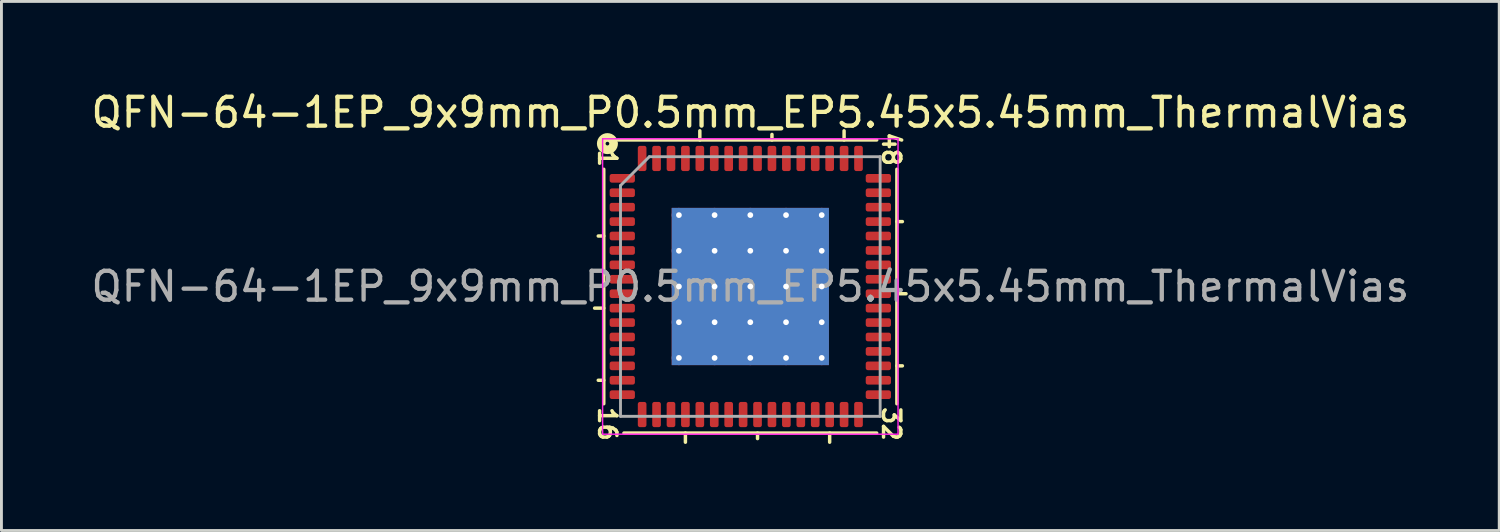
<source format=kicad_pcb>
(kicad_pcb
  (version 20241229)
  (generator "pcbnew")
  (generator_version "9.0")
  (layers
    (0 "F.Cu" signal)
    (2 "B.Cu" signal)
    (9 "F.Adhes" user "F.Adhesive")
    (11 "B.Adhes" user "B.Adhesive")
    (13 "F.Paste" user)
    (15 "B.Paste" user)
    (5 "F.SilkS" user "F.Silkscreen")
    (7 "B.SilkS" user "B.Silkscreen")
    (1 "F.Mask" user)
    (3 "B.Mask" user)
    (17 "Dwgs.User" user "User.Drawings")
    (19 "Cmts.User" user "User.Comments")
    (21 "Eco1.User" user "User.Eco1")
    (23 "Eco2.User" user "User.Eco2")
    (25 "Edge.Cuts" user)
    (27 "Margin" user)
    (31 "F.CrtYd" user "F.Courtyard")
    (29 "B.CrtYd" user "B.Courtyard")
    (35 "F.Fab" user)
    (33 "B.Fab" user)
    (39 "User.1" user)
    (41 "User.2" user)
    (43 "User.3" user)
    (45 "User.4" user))
  (footprint "QFN-64-1EP_9x9mm_P0.5mm_EP5.45x5.45mm_ThermalVias"
    (layer "F.Cu")
    (at 22.958 6.881)
    (property "Reference" "QFN-64-1EP_9x9mm_P0.5mm_EP5.45x5.45mm_ThermalVias" (at 0 -6.032 0) (layer "F.SilkS") (effects (font (size 1 1) (thickness 0.15))))
    (attr smd)
    (fp_line (start -5.08 -4.064) (end -5.08 4.064) (stroke (width 0.12) (type solid)) (layer "F.SilkS"))
    (fp_line (start -5.08 -1.75) (end -5.271 -1.75) (stroke (width 0.12) (type solid)) (layer "F.SilkS"))
    (fp_line (start -5.08 0.75) (end -5.397 0.75) (stroke (width 0.12) (type solid)) (layer "F.SilkS"))
    (fp_line (start -5.08 3.25) (end -5.271 3.25) (stroke (width 0.12) (type solid)) (layer "F.SilkS"))
    (fp_line (start -4.381 5.08) (end 4.381 5.08) (stroke (width 0.12) (type solid)) (layer "F.SilkS"))
    (fp_line (start -2.25 5.08) (end -2.25 5.397) (stroke (width 0.12) (type solid)) (layer "F.SilkS"))
    (fp_line (start -1.75 -5.08) (end -1.75 -5.397) (stroke (width 0.12) (type solid)) (layer "F.SilkS"))
    (fp_line (start 0.25 5.08) (end 0.25 5.271) (stroke (width 0.12) (type solid)) (layer "F.SilkS"))
    (fp_line (start 0.75 -5.08) (end 0.75 -5.271) (stroke (width 0.12) (type solid)) (layer "F.SilkS"))
    (fp_line (start 2.75 5.08) (end 2.75 5.397) (stroke (width 0.12) (type solid)) (layer "F.SilkS"))
    (fp_line (start 3.25 -5.08) (end 3.25 -5.397) (stroke (width 0.12) (type solid)) (layer "F.SilkS"))
    (fp_line (start 4.381 -5.08) (end -4.572 -5.08) (stroke (width 0.12) (type solid)) (layer "F.SilkS"))
    (fp_line (start 5.08 -2.25) (end 5.271 -2.25) (stroke (width 0.12) (type solid)) (layer "F.SilkS"))
    (fp_line (start 5.08 0.25) (end 5.397 0.25) (stroke (width 0.12) (type solid)) (layer "F.SilkS"))
    (fp_line (start 5.08 2.75) (end 5.271 2.75) (stroke (width 0.12) (type solid)) (layer "F.SilkS"))
    (fp_line (start 5.08 4.064) (end 5.08 -4.064) (stroke (width 0.12) (type solid)) (layer "F.SilkS"))
    (fp_circle (center -4.953 -4.953) (end -4.889 -4.953) (stroke (width 0.3) (type solid)) (fill no) (layer "F.SilkS"))
    (fp_line (start -5.12 -5.12) (end -5.12 5.12) (stroke (width 0.05) (type solid)) (layer "F.CrtYd"))
    (fp_line (start -5.12 5.12) (end 5.12 5.12) (stroke (width 0.05) (type solid)) (layer "F.CrtYd"))
    (fp_line (start 5.12 -5.12) (end -5.12 -5.12) (stroke (width 0.05) (type solid)) (layer "F.CrtYd"))
    (fp_line (start 5.12 5.12) (end 5.12 -5.12) (stroke (width 0.05) (type solid)) (layer "F.CrtYd"))
    (fp_line (start -4.5 -3.5) (end -3.5 -4.5) (stroke (width 0.1) (type solid)) (layer "F.Fab"))
    (fp_line (start -4.5 4.5) (end -4.5 -3.5) (stroke (width 0.1) (type solid)) (layer "F.Fab"))
    (fp_line (start -3.5 -4.5) (end 4.5 -4.5) (stroke (width 0.1) (type solid)) (layer "F.Fab"))
    (fp_line (start 4.5 -4.5) (end 4.5 4.5) (stroke (width 0.1) (type solid)) (layer "F.Fab"))
    (fp_line (start 4.5 4.5) (end -4.5 4.5) (stroke (width 0.1) (type solid)) (layer "F.Fab"))
    (fp_text user "48" (at 4.889 -4.763 270) (unlocked yes) (layer "F.SilkS") (effects (font (size 0.6 0.6) (thickness 0.12))))
    (fp_text user "32" (at 4.889 4.763 270) (unlocked yes) (layer "F.SilkS") (effects (font (size 0.6 0.6) (thickness 0.12))))
    (fp_text user "16" (at -4.953 4.763 270) (unlocked yes) (layer "F.SilkS") (effects (font (size 0.6 0.6) (thickness 0.12))))
    (fp_text user "1" (at -4.953 -4.445 270) (unlocked yes) (layer "F.SilkS") (effects (font (size 0.6 0.6) (thickness 0.12))))
    (fp_text user "${REFERENCE}" (at 0 0 0) (layer "F.Fab") (effects (font (size 1 1) (thickness 0.15))))
    (pad "" smd roundrect (at -1.856 -1.856) (size 1.055 1.055) (layers "F.Paste") (roundrect_rratio 0.237))
    (pad "" smd roundrect (at -1.856 -0.619) (size 1.055 1.055) (layers "F.Paste") (roundrect_rratio 0.237))
    (pad "" smd roundrect (at -1.856 0.619) (size 1.055 1.055) (layers "F.Paste") (roundrect_rratio 0.237))
    (pad "" smd roundrect (at -1.856 1.856) (size 1.055 1.055) (layers "F.Paste") (roundrect_rratio 0.237))
    (pad "" smd roundrect (at -0.619 -1.856) (size 1.055 1.055) (layers "F.Paste") (roundrect_rratio 0.237))
    (pad "" smd roundrect (at -0.619 -0.619) (size 1.055 1.055) (layers "F.Paste") (roundrect_rratio 0.237))
    (pad "" smd roundrect (at -0.619 0.619) (size 1.055 1.055) (layers "F.Paste") (roundrect_rratio 0.237))
    (pad "" smd roundrect (at -0.619 1.856) (size 1.055 1.055) (layers "F.Paste") (roundrect_rratio 0.237))
    (pad "" smd roundrect (at 0.619 -1.856) (size 1.055 1.055) (layers "F.Paste") (roundrect_rratio 0.237))
    (pad "" smd roundrect (at 0.619 -0.619) (size 1.055 1.055) (layers "F.Paste") (roundrect_rratio 0.237))
    (pad "" smd roundrect (at 0.619 0.619) (size 1.055 1.055) (layers "F.Paste") (roundrect_rratio 0.237))
    (pad "" smd roundrect (at 0.619 1.856) (size 1.055 1.055) (layers "F.Paste") (roundrect_rratio 0.237))
    (pad "" smd roundrect (at 1.856 -1.856) (size 1.055 1.055) (layers "F.Paste") (roundrect_rratio 0.237))
    (pad "" smd roundrect (at 1.856 -0.619) (size 1.055 1.055) (layers "F.Paste") (roundrect_rratio 0.237))
    (pad "" smd roundrect (at 1.856 0.619) (size 1.055 1.055) (layers "F.Paste") (roundrect_rratio 0.237))
    (pad "" smd roundrect (at 1.856 1.856) (size 1.055 1.055) (layers "F.Paste") (roundrect_rratio 0.237))
    (pad "1" smd roundrect (at -4.438 -3.75) (size 0.875 0.3) (layers "F.Cu" "F.Mask" "F.Paste") (roundrect_rratio 0.25))
    (pad "2" smd roundrect (at -4.438 -3.25) (size 0.875 0.3) (layers "F.Cu" "F.Mask" "F.Paste") (roundrect_rratio 0.25))
    (pad "3" smd roundrect (at -4.438 -2.75) (size 0.875 0.3) (layers "F.Cu" "F.Mask" "F.Paste") (roundrect_rratio 0.25))
    (pad "4" smd roundrect (at -4.438 -2.25) (size 0.875 0.3) (layers "F.Cu" "F.Mask" "F.Paste") (roundrect_rratio 0.25))
    (pad "5" smd roundrect (at -4.438 -1.75) (size 0.875 0.3) (layers "F.Cu" "F.Mask" "F.Paste") (roundrect_rratio 0.25))
    (pad "6" smd roundrect (at -4.438 -1.25) (size 0.875 0.3) (layers "F.Cu" "F.Mask" "F.Paste") (roundrect_rratio 0.25))
    (pad "7" smd roundrect (at -4.438 -0.75) (size 0.875 0.3) (layers "F.Cu" "F.Mask" "F.Paste") (roundrect_rratio 0.25))
    (pad "8" smd roundrect (at -4.438 -0.25) (size 0.875 0.3) (layers "F.Cu" "F.Mask" "F.Paste") (roundrect_rratio 0.25))
    (pad "9" smd roundrect (at -4.438 0.25) (size 0.875 0.3) (layers "F.Cu" "F.Mask" "F.Paste") (roundrect_rratio 0.25))
    (pad "10" smd roundrect (at -4.438 0.75) (size 0.875 0.3) (layers "F.Cu" "F.Mask" "F.Paste") (roundrect_rratio 0.25))
    (pad "11" smd roundrect (at -4.438 1.25) (size 0.875 0.3) (layers "F.Cu" "F.Mask" "F.Paste") (roundrect_rratio 0.25))
    (pad "12" smd roundrect (at -4.438 1.75) (size 0.875 0.3) (layers "F.Cu" "F.Mask" "F.Paste") (roundrect_rratio 0.25))
    (pad "13" smd roundrect (at -4.438 2.25) (size 0.875 0.3) (layers "F.Cu" "F.Mask" "F.Paste") (roundrect_rratio 0.25))
    (pad "14" smd roundrect (at -4.438 2.75) (size 0.875 0.3) (layers "F.Cu" "F.Mask" "F.Paste") (roundrect_rratio 0.25))
    (pad "15" smd roundrect (at -4.438 3.25) (size 0.875 0.3) (layers "F.Cu" "F.Mask" "F.Paste") (roundrect_rratio 0.25))
    (pad "16" smd roundrect (at -4.438 3.75) (size 0.875 0.3) (layers "F.Cu" "F.Mask" "F.Paste") (roundrect_rratio 0.25))
    (pad "17" smd roundrect (at -3.75 4.438) (size 0.3 0.875) (layers "F.Cu" "F.Mask" "F.Paste") (roundrect_rratio 0.25))
    (pad "18" smd roundrect (at -3.25 4.438) (size 0.3 0.875) (layers "F.Cu" "F.Mask" "F.Paste") (roundrect_rratio 0.25))
    (pad "19" smd roundrect (at -2.75 4.438) (size 0.3 0.875) (layers "F.Cu" "F.Mask" "F.Paste") (roundrect_rratio 0.25))
    (pad "20" smd roundrect (at -2.25 4.438) (size 0.3 0.875) (layers "F.Cu" "F.Mask" "F.Paste") (roundrect_rratio 0.25))
    (pad "21" smd roundrect (at -1.75 4.438) (size 0.3 0.875) (layers "F.Cu" "F.Mask" "F.Paste") (roundrect_rratio 0.25))
    (pad "22" smd roundrect (at -1.25 4.438) (size 0.3 0.875) (layers "F.Cu" "F.Mask" "F.Paste") (roundrect_rratio 0.25))
    (pad "23" smd roundrect (at -0.75 4.438) (size 0.3 0.875) (layers "F.Cu" "F.Mask" "F.Paste") (roundrect_rratio 0.25))
    (pad "24" smd roundrect (at -0.25 4.438) (size 0.3 0.875) (layers "F.Cu" "F.Mask" "F.Paste") (roundrect_rratio 0.25))
    (pad "25" smd roundrect (at 0.25 4.438) (size 0.3 0.875) (layers "F.Cu" "F.Mask" "F.Paste") (roundrect_rratio 0.25))
    (pad "26" smd roundrect (at 0.75 4.438) (size 0.3 0.875) (layers "F.Cu" "F.Mask" "F.Paste") (roundrect_rratio 0.25))
    (pad "27" smd roundrect (at 1.25 4.438) (size 0.3 0.875) (layers "F.Cu" "F.Mask" "F.Paste") (roundrect_rratio 0.25))
    (pad "28" smd roundrect (at 1.75 4.438) (size 0.3 0.875) (layers "F.Cu" "F.Mask" "F.Paste") (roundrect_rratio 0.25))
    (pad "29" smd roundrect (at 2.25 4.438) (size 0.3 0.875) (layers "F.Cu" "F.Mask" "F.Paste") (roundrect_rratio 0.25))
    (pad "30" smd roundrect (at 2.75 4.438) (size 0.3 0.875) (layers "F.Cu" "F.Mask" "F.Paste") (roundrect_rratio 0.25))
    (pad "31" smd roundrect (at 3.25 4.438) (size 0.3 0.875) (layers "F.Cu" "F.Mask" "F.Paste") (roundrect_rratio 0.25))
    (pad "32" smd roundrect (at 3.75 4.438) (size 0.3 0.875) (layers "F.Cu" "F.Mask" "F.Paste") (roundrect_rratio 0.25))
    (pad "33" smd roundrect (at 4.438 3.75) (size 0.875 0.3) (layers "F.Cu" "F.Mask" "F.Paste") (roundrect_rratio 0.25))
    (pad "34" smd roundrect (at 4.438 3.25) (size 0.875 0.3) (layers "F.Cu" "F.Mask" "F.Paste") (roundrect_rratio 0.25))
    (pad "35" smd roundrect (at 4.438 2.75) (size 0.875 0.3) (layers "F.Cu" "F.Mask" "F.Paste") (roundrect_rratio 0.25))
    (pad "36" smd roundrect (at 4.438 2.25) (size 0.875 0.3) (layers "F.Cu" "F.Mask" "F.Paste") (roundrect_rratio 0.25))
    (pad "37" smd roundrect (at 4.438 1.75) (size 0.875 0.3) (layers "F.Cu" "F.Mask" "F.Paste") (roundrect_rratio 0.25))
    (pad "38" smd roundrect (at 4.438 1.25) (size 0.875 0.3) (layers "F.Cu" "F.Mask" "F.Paste") (roundrect_rratio 0.25))
    (pad "39" smd roundrect (at 4.438 0.75) (size 0.875 0.3) (layers "F.Cu" "F.Mask" "F.Paste") (roundrect_rratio 0.25))
    (pad "40" smd roundrect (at 4.438 0.25) (size 0.875 0.3) (layers "F.Cu" "F.Mask" "F.Paste") (roundrect_rratio 0.25))
    (pad "41" smd roundrect (at 4.438 -0.25) (size 0.875 0.3) (layers "F.Cu" "F.Mask" "F.Paste") (roundrect_rratio 0.25))
    (pad "42" smd roundrect (at 4.438 -0.75) (size 0.875 0.3) (layers "F.Cu" "F.Mask" "F.Paste") (roundrect_rratio 0.25))
    (pad "43" smd roundrect (at 4.438 -1.25) (size 0.875 0.3) (layers "F.Cu" "F.Mask" "F.Paste") (roundrect_rratio 0.25))
    (pad "44" smd roundrect (at 4.438 -1.75) (size 0.875 0.3) (layers "F.Cu" "F.Mask" "F.Paste") (roundrect_rratio 0.25))
    (pad "45" smd roundrect (at 4.438 -2.25) (size 0.875 0.3) (layers "F.Cu" "F.Mask" "F.Paste") (roundrect_rratio 0.25))
    (pad "46" smd roundrect (at 4.438 -2.75) (size 0.875 0.3) (layers "F.Cu" "F.Mask" "F.Paste") (roundrect_rratio 0.25))
    (pad "47" smd roundrect (at 4.438 -3.25) (size 0.875 0.3) (layers "F.Cu" "F.Mask" "F.Paste") (roundrect_rratio 0.25))
    (pad "48" smd roundrect (at 4.438 -3.75) (size 0.875 0.3) (layers "F.Cu" "F.Mask" "F.Paste") (roundrect_rratio 0.25))
    (pad "49" smd roundrect (at 3.75 -4.438) (size 0.3 0.875) (layers "F.Cu" "F.Mask" "F.Paste") (roundrect_rratio 0.25))
    (pad "50" smd roundrect (at 3.25 -4.438) (size 0.3 0.875) (layers "F.Cu" "F.Mask" "F.Paste") (roundrect_rratio 0.25))
    (pad "51" smd roundrect (at 2.75 -4.438) (size 0.3 0.875) (layers "F.Cu" "F.Mask" "F.Paste") (roundrect_rratio 0.25))
    (pad "52" smd roundrect (at 2.25 -4.438) (size 0.3 0.875) (layers "F.Cu" "F.Mask" "F.Paste") (roundrect_rratio 0.25))
    (pad "53" smd roundrect (at 1.75 -4.438) (size 0.3 0.875) (layers "F.Cu" "F.Mask" "F.Paste") (roundrect_rratio 0.25))
    (pad "54" smd roundrect (at 1.25 -4.438) (size 0.3 0.875) (layers "F.Cu" "F.Mask" "F.Paste") (roundrect_rratio 0.25))
    (pad "55" smd roundrect (at 0.75 -4.438) (size 0.3 0.875) (layers "F.Cu" "F.Mask" "F.Paste") (roundrect_rratio 0.25))
    (pad "56" smd roundrect (at 0.25 -4.438) (size 0.3 0.875) (layers "F.Cu" "F.Mask" "F.Paste") (roundrect_rratio 0.25))
    (pad "57" smd roundrect (at -0.25 -4.438) (size 0.3 0.875) (layers "F.Cu" "F.Mask" "F.Paste") (roundrect_rratio 0.25))
    (pad "58" smd roundrect (at -0.75 -4.438) (size 0.3 0.875) (layers "F.Cu" "F.Mask" "F.Paste") (roundrect_rratio 0.25))
    (pad "59" smd roundrect (at -1.25 -4.438) (size 0.3 0.875) (layers "F.Cu" "F.Mask" "F.Paste") (roundrect_rratio 0.25))
    (pad "60" smd roundrect (at -1.75 -4.438) (size 0.3 0.875) (layers "F.Cu" "F.Mask" "F.Paste") (roundrect_rratio 0.25))
    (pad "61" smd roundrect (at -2.25 -4.438) (size 0.3 0.875) (layers "F.Cu" "F.Mask" "F.Paste") (roundrect_rratio 0.25))
    (pad "62" smd roundrect (at -2.75 -4.438) (size 0.3 0.875) (layers "F.Cu" "F.Mask" "F.Paste") (roundrect_rratio 0.25))
    (pad "63" smd roundrect (at -3.25 -4.438) (size 0.3 0.875) (layers "F.Cu" "F.Mask" "F.Paste") (roundrect_rratio 0.25))
    (pad "64" smd roundrect (at -3.75 -4.438) (size 0.3 0.875) (layers "F.Cu" "F.Mask" "F.Paste") (roundrect_rratio 0.25))
    (pad "65" thru_hole circle (at -2.475 -2.475) (size 0.5 0.5) (drill 0.2) (layers "*.Cu"))
    (pad "65" thru_hole circle (at -2.475 -1.238) (size 0.5 0.5) (drill 0.2) (layers "*.Cu"))
    (pad "65" thru_hole circle (at -2.475 0) (size 0.5 0.5) (drill 0.2) (layers "*.Cu"))
    (pad "65" thru_hole circle (at -2.475 1.238) (size 0.5 0.5) (drill 0.2) (layers "*.Cu"))
    (pad "65" thru_hole circle (at -2.475 2.475) (size 0.5 0.5) (drill 0.2) (layers "*.Cu"))
    (pad "65" thru_hole circle (at -1.238 -2.475) (size 0.5 0.5) (drill 0.2) (layers "*.Cu"))
    (pad "65" thru_hole circle (at -1.238 -1.238) (size 0.5 0.5) (drill 0.2) (layers "*.Cu"))
    (pad "65" thru_hole circle (at -1.238 0) (size 0.5 0.5) (drill 0.2) (layers "*.Cu"))
    (pad "65" thru_hole circle (at -1.238 1.238) (size 0.5 0.5) (drill 0.2) (layers "*.Cu"))
    (pad "65" thru_hole circle (at -1.238 2.475) (size 0.5 0.5) (drill 0.2) (layers "*.Cu"))
    (pad "65" thru_hole circle (at 0 -2.475) (size 0.5 0.5) (drill 0.2) (layers "*.Cu"))
    (pad "65" thru_hole circle (at 0 -1.238) (size 0.5 0.5) (drill 0.2) (layers "*.Cu"))
    (pad "65" thru_hole circle (at 0 0) (size 0.5 0.5) (drill 0.2) (layers "*.Cu"))
    (pad "65" smd rect (at 0 0) (size 5.45 5.45) (layers "F.Cu" "F.Mask"))
    (pad "65" smd rect (at 0 0) (size 5.45 5.45) (layers "B.Cu" "B.Mask"))
    (pad "65" thru_hole circle (at 0 1.238) (size 0.5 0.5) (drill 0.2) (layers "*.Cu"))
    (pad "65" thru_hole circle (at 0 2.475) (size 0.5 0.5) (drill 0.2) (layers "*.Cu"))
    (pad "65" thru_hole circle (at 1.238 -2.475) (size 0.5 0.5) (drill 0.2) (layers "*.Cu"))
    (pad "65" thru_hole circle (at 1.238 -1.238) (size 0.5 0.5) (drill 0.2) (layers "*.Cu"))
    (pad "65" thru_hole circle (at 1.238 0) (size 0.5 0.5) (drill 0.2) (layers "*.Cu"))
    (pad "65" thru_hole circle (at 1.238 1.238) (size 0.5 0.5) (drill 0.2) (layers "*.Cu"))
    (pad "65" thru_hole circle (at 1.238 2.475) (size 0.5 0.5) (drill 0.2) (layers "*.Cu"))
    (pad "65" thru_hole circle (at 2.475 -2.475) (size 0.5 0.5) (drill 0.2) (layers "*.Cu"))
    (pad "65" thru_hole circle (at 2.475 -1.238) (size 0.5 0.5) (drill 0.2) (layers "*.Cu"))
    (pad "65" thru_hole circle (at 2.475 0) (size 0.5 0.5) (drill 0.2) (layers "*.Cu"))
    (pad "65" thru_hole circle (at 2.475 1.238) (size 0.5 0.5) (drill 0.2) (layers "*.Cu"))
    (pad "65" thru_hole circle (at 2.475 2.475) (size 0.5 0.5) (drill 0.2) (layers "*.Cu")))
  (gr_rect
    (start -3 -3)
    (end 48.917 15.338)
    (stroke (width 0.1) (type default))
    (fill no)
    (layer "Edge.Cuts")))
</source>
